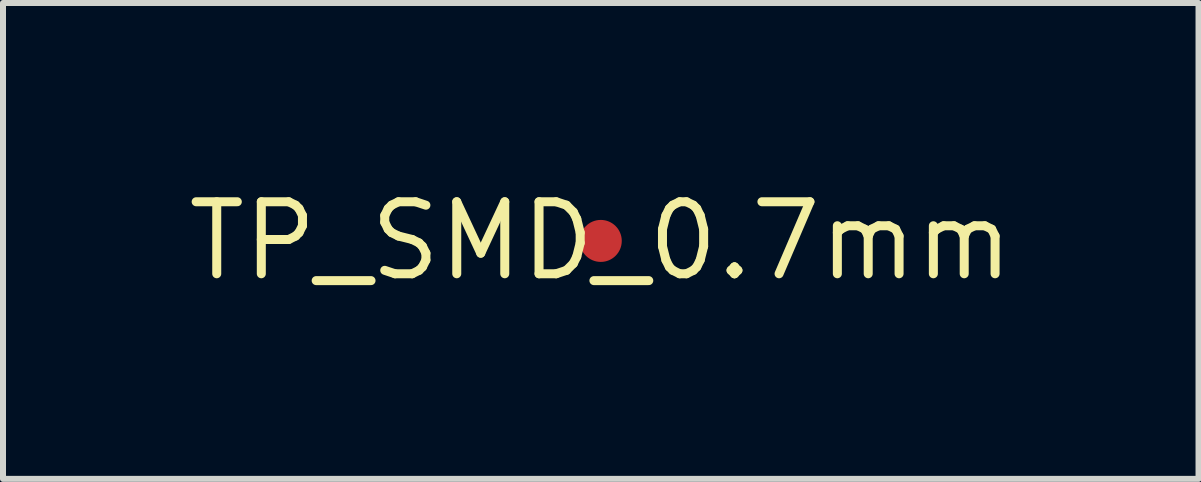
<source format=kicad_pcb>
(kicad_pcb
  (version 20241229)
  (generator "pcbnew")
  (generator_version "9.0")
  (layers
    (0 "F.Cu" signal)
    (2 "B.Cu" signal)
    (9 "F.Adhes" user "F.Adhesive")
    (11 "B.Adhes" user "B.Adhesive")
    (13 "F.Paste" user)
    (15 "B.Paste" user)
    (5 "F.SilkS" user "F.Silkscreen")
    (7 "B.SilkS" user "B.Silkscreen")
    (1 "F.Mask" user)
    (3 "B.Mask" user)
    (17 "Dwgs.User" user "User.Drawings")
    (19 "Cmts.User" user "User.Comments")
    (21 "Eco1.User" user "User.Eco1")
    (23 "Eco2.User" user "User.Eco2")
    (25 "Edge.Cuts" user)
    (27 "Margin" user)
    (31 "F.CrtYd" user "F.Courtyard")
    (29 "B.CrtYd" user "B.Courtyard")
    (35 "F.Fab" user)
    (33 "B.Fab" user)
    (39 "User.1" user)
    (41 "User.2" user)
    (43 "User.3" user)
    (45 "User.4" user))
  (footprint "TP_SMD_0.7mm"
    (layer "F.Cu")
    (at 6.962 0.965)
    (property "Reference" "TP_SMD_0.7mm" (at 0 0 0) (layer "F.SilkS") (effects (font (size 1.2 1.2) (thickness 0.15))))
    (attr through_hole)
    (pad "1" smd circle (at 0 0) (size 0.7 0.7) (layers "F.Cu" "F.Mask")))
  (gr_rect
    (start -3 -3)
    (end 16.924 4.931)
    (stroke (width 0.1) (type default))
    (fill no)
    (layer "Edge.Cuts")))
</source>
